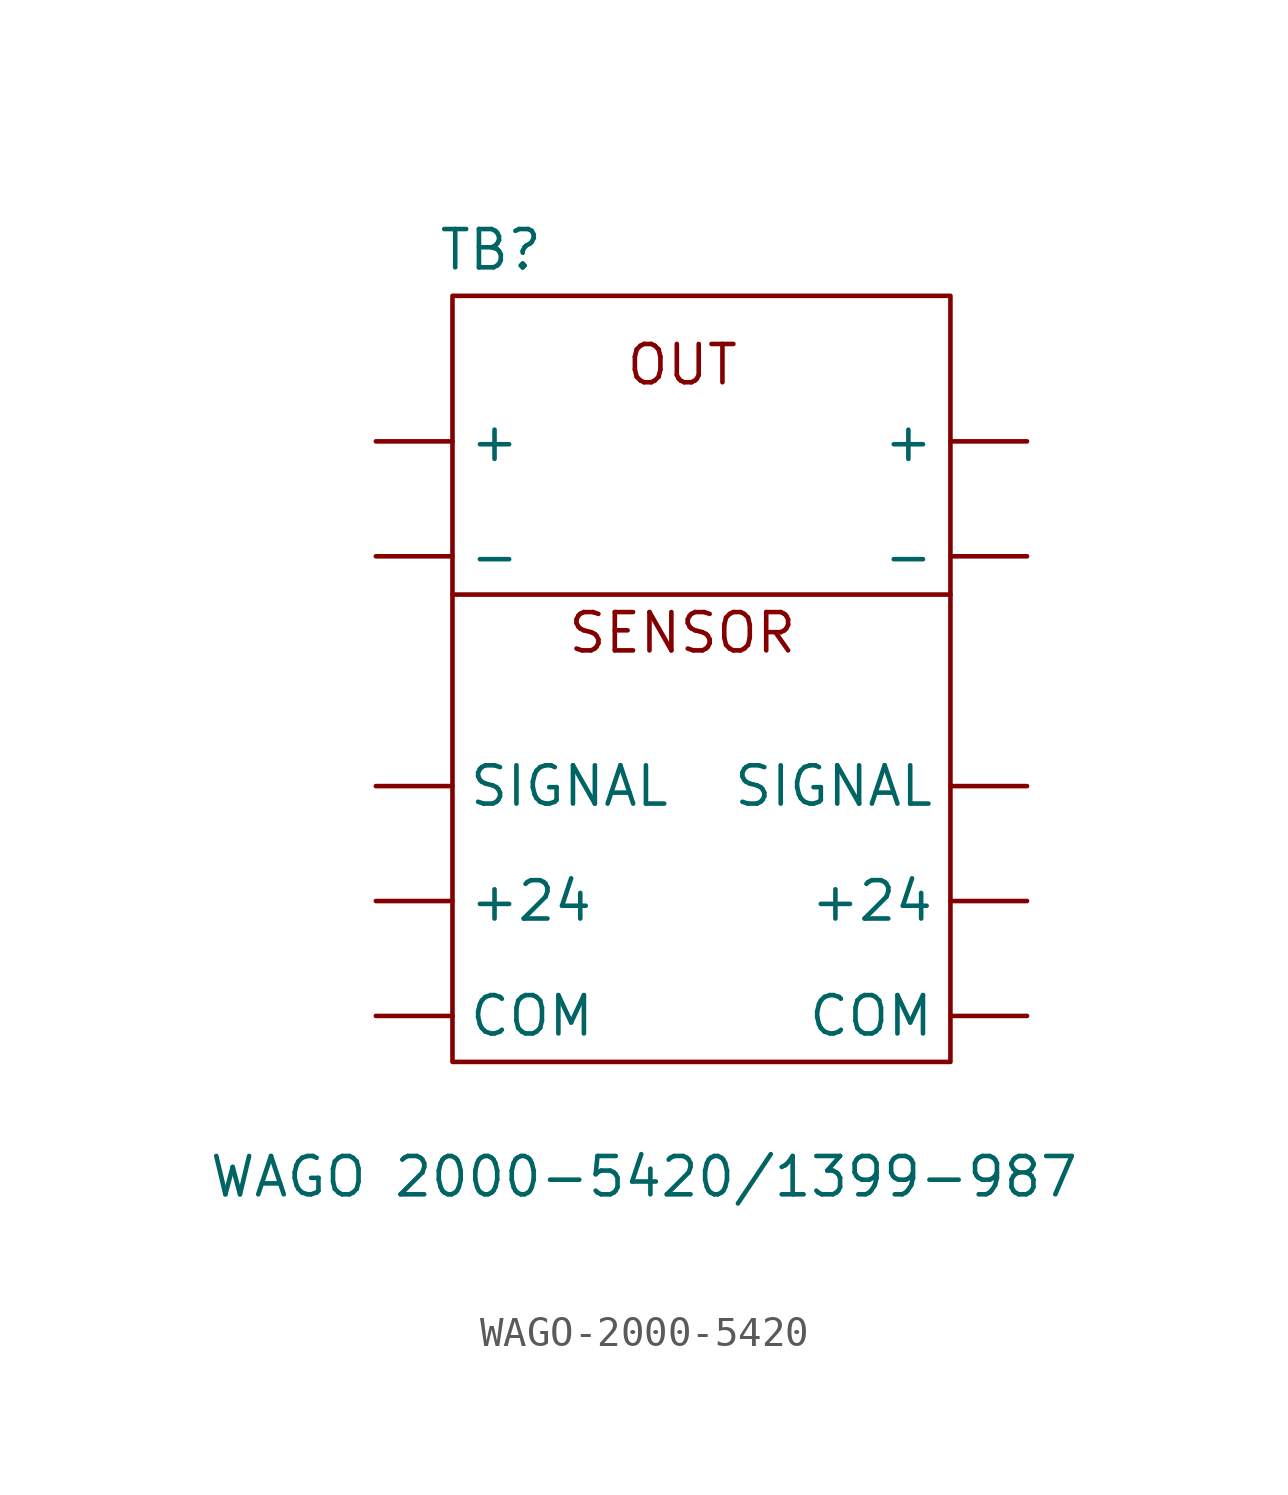
<source format=kicad_sym>
(kicad_symbol_lib
  (version 20241209)
  (generator "kicad_symbol_editor")
  (generator_version "9.0")
  (symbol "WAGO-2000-5420"
    (property "Reference" "TB"
      (at -3.81 13.97 0)
      (effects (font (size 1.27 1.27))))
    (property "Value" "WAGO 2000-5420/1399-987"
      (at 1.27 -16.764 0)
      (effects (font (size 1.27 1.27))))
    (symbol "WAGO-2000-5420_0_1"
      (rectangle (start -5.08 12.446) (end 11.43 -12.954) (stroke (width 0) (type default)) (fill (type none)))
      (polyline (pts (xy -5.08 2.54) (xy 11.43 2.54)) (stroke (width 0) (type default)) (fill (type none))))
    (symbol "WAGO-2000-5420_1_1"
      (text "OUT" (at 2.54 10.16 0) (effects (font (size 1.27 1.27))))
      (text "SENSOR" (at 2.54 1.27 0) (effects (font (size 1.27 1.27))))
      (pin output line (at -7.62 7.62 0) (length 2.54) (name "+" (effects (font (size 1.27 1.27)))) (number "" (effects (font (size 1.27 1.27)))))
      (pin output line (at -7.62 3.81 0) (length 2.54) (name "-" (effects (font (size 1.27 1.27)))) (number "" (effects (font (size 1.27 1.27)))))
      (pin input line (at -7.62 -3.81 0) (length 2.54) (name "SIGNAL" (effects (font (size 1.27 1.27)))) (number "" (effects (font (size 1.27 1.27)))))
      (pin power_in line (at -7.62 -7.62 0) (length 2.54) (name "+24" (effects (font (size 1.27 1.27)))) (number "" (effects (font (size 1.27 1.27)))))
      (pin power_in line (at -7.62 -11.43 0) (length 2.54) (name "COM" (effects (font (size 1.27 1.27)))) (number "" (effects (font (size 1.27 1.27)))))
      (pin output line (at 13.97 7.62 180) (length 2.54) (name "+" (effects (font (size 1.27 1.27)))) (number "" (effects (font (size 1.27 1.27)))))
      (pin output line (at 13.97 3.81 180) (length 2.54) (name "-" (effects (font (size 1.27 1.27)))) (number "" (effects (font (size 1.27 1.27)))))
      (pin input line (at 13.97 -3.81 180) (length 2.54) (name "SIGNAL" (effects (font (size 1.27 1.27)))) (number "" (effects (font (size 1.27 1.27)))))
      (pin power_in line (at 13.97 -7.62 180) (length 2.54) (name "+24" (effects (font (size 1.27 1.27)))) (number "" (effects (font (size 1.27 1.27)))))
      (pin power_in line (at 13.97 -11.43 180) (length 2.54) (name "COM" (effects (font (size 1.27 1.27)))) (number "" (effects (font (size 1.27 1.27))))))))
</source>
